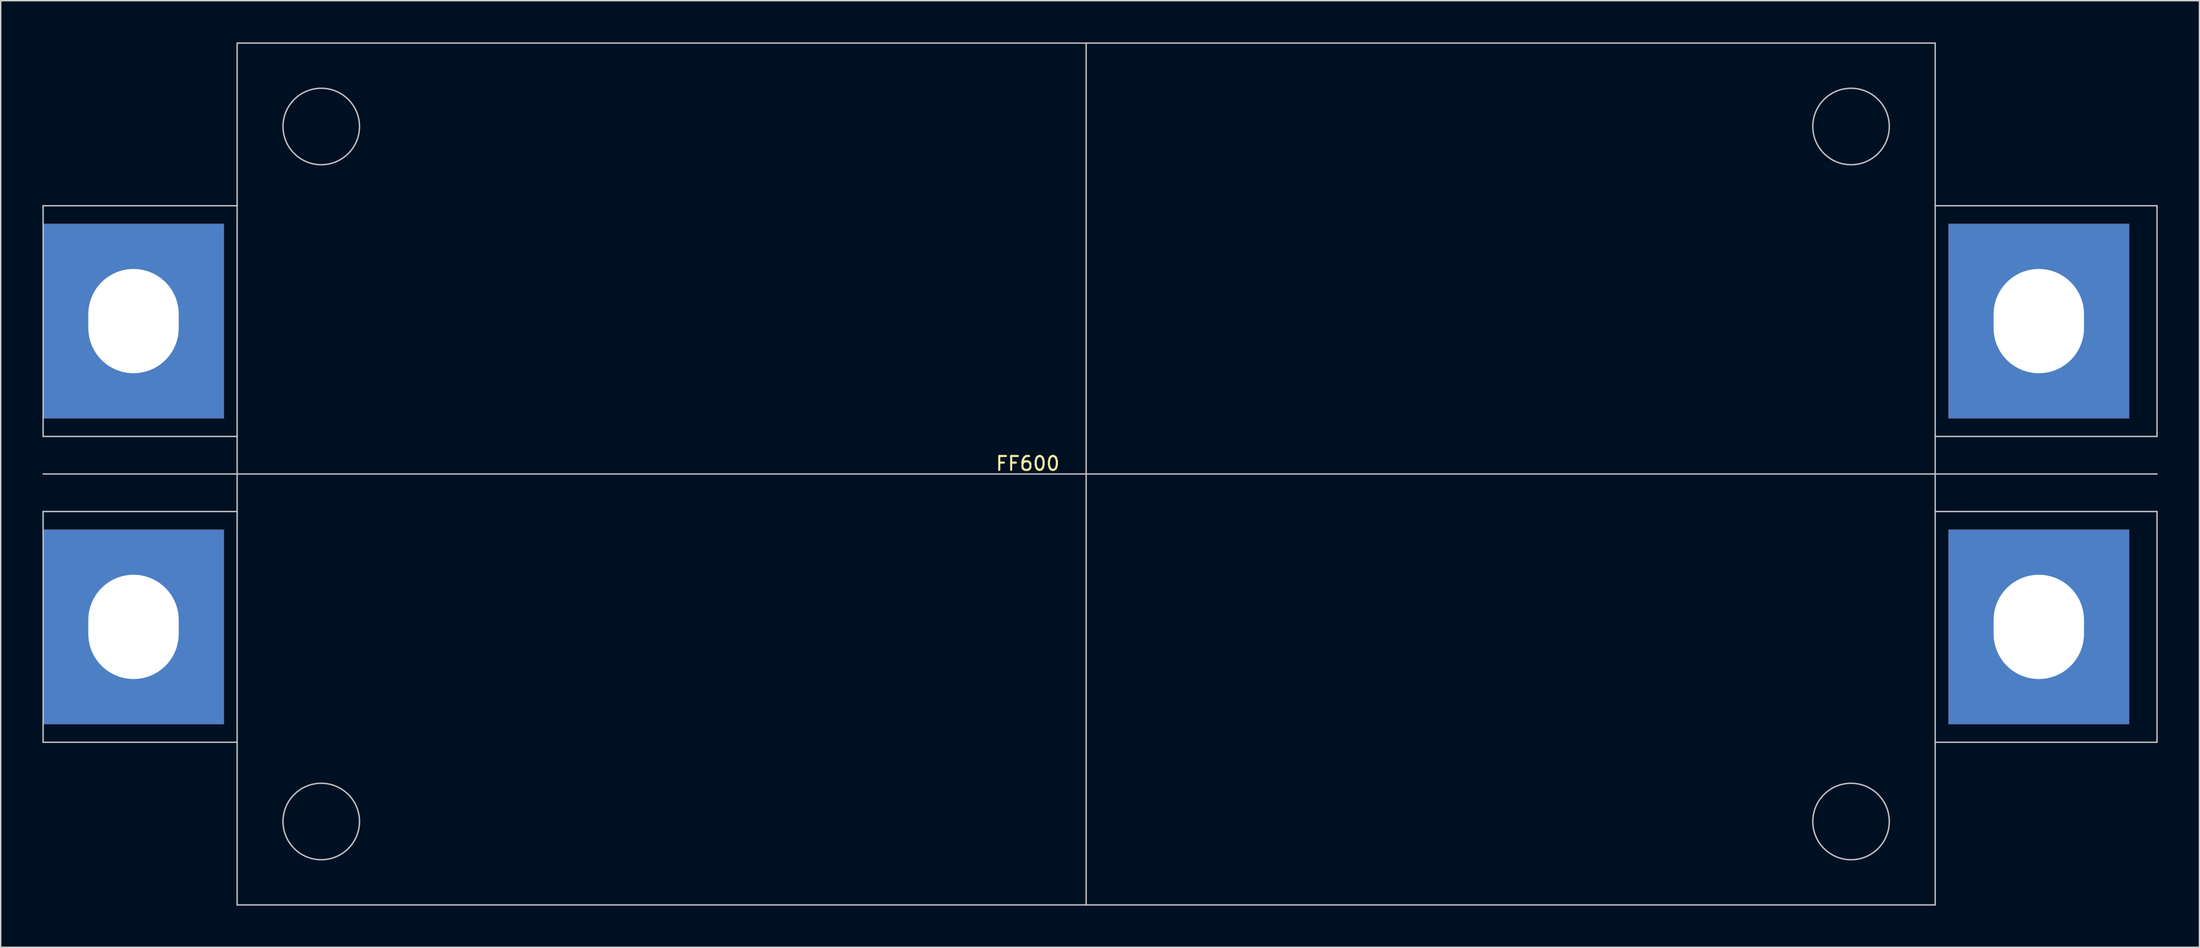
<source format=kicad_pcb>
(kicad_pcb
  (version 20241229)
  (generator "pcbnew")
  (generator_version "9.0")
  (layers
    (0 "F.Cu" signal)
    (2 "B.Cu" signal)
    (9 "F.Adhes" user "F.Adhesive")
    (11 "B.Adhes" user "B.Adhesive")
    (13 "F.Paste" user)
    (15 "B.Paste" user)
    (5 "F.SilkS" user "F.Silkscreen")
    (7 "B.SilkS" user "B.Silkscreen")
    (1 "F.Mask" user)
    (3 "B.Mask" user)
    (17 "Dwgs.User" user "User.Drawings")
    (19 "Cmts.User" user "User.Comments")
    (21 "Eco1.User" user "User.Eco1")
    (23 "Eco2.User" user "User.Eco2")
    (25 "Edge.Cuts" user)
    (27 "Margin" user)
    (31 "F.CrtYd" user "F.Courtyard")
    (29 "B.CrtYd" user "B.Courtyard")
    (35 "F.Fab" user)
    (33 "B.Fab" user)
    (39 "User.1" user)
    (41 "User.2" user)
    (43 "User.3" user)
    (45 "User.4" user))
  (footprint "FF600"
    (layer "F.Cu")
    (at 75.05 31.05)
    (property "Reference" "FF600" (at -4.2 -0.75 0) (layer "F.SilkS") (effects (font (size 1 1) (thickness 0.15))))
    (attr through_hole)
    (fp_line (start -75 -19.3) (end -75 -2.7) (stroke (width 0.1) (type solid)) (layer "Dwgs.User"))
    (fp_line (start -75 -19.3) (end -61.05 -19.3) (stroke (width 0.1) (type solid)) (layer "Dwgs.User"))
    (fp_line (start -75 -2.7) (end -61.05 -2.7) (stroke (width 0.1) (type solid)) (layer "Dwgs.User"))
    (fp_line (start -75 0) (end 77 0) (stroke (width 0.1) (type solid)) (layer "Dwgs.User"))
    (fp_line (start -75 2.7) (end -75 19.3) (stroke (width 0.1) (type solid)) (layer "Dwgs.User"))
    (fp_line (start -61.05 -31) (end -61.05 31) (stroke (width 0.1) (type solid)) (layer "Dwgs.User"))
    (fp_line (start -61.05 -31) (end 61.05 -31) (stroke (width 0.1) (type solid)) (layer "Dwgs.User"))
    (fp_line (start -61.05 2.7) (end -75 2.7) (stroke (width 0.1) (type solid)) (layer "Dwgs.User"))
    (fp_line (start -61.05 19.3) (end -75 19.3) (stroke (width 0.1) (type solid)) (layer "Dwgs.User"))
    (fp_line (start -61.05 31) (end 61.05 31) (stroke (width 0.1) (type solid)) (layer "Dwgs.User"))
    (fp_line (start 0 31) (end 0 -31) (stroke (width 0.1) (type solid)) (layer "Dwgs.User"))
    (fp_line (start 61.05 -19.3) (end 77 -19.3) (stroke (width 0.1) (type solid)) (layer "Dwgs.User"))
    (fp_line (start 61.05 -2.7) (end 77 -2.7) (stroke (width 0.1) (type solid)) (layer "Dwgs.User"))
    (fp_line (start 61.05 31) (end 61.05 -31) (stroke (width 0.1) (type solid)) (layer "Dwgs.User"))
    (fp_line (start 77 -19.3) (end 77 -2.7) (stroke (width 0.1) (type solid)) (layer "Dwgs.User"))
    (fp_line (start 77 2.7) (end 61.05 2.7) (stroke (width 0.1) (type solid)) (layer "Dwgs.User"))
    (fp_line (start 77 2.7) (end 77 19.3) (stroke (width 0.1) (type solid)) (layer "Dwgs.User"))
    (fp_line (start 77 19.3) (end 61.05 19.3) (stroke (width 0.1) (type solid)) (layer "Dwgs.User"))
    (fp_circle (center -68.5 -11) (end -65.5 -11) (stroke (width 0.1) (type solid)) (fill no) (layer "Dwgs.User"))
    (fp_circle (center -68.5 11) (end -65.5 11) (stroke (width 0.1) (type solid)) (fill no) (layer "Dwgs.User"))
    (fp_circle (center -55 -25) (end -52.25 -25) (stroke (width 0.1) (type solid)) (fill no) (layer "Dwgs.User"))
    (fp_circle (center -55 25) (end -52.25 25) (stroke (width 0.1) (type solid)) (fill no) (layer "Dwgs.User"))
    (fp_circle (center 55 -25) (end 57.75 -25) (stroke (width 0.1) (type solid)) (fill no) (layer "Dwgs.User"))
    (fp_circle (center 55 25) (end 57.75 25) (stroke (width 0.1) (type solid)) (fill no) (layer "Dwgs.User"))
    (fp_circle (center 68.5 -11) (end 71.5 -11) (stroke (width 0.1) (type solid)) (fill no) (layer "Dwgs.User"))
    (fp_circle (center 68.5 11) (end 71.5 11) (stroke (width 0.1) (type solid)) (fill no) (layer "Dwgs.User"))
    (pad "1" thru_hole rect (at -68.5 11) (size 13 14) (drill oval 6.5 7.5) (layers "*.Cu" "*.Mask"))
    (pad "2" thru_hole rect (at 68.5 -11) (size 13 14) (drill oval 6.5 7.5) (layers "*.Cu" "*.Mask"))
    (pad "2" thru_hole rect (at 68.5 11) (size 13 14) (drill oval 6.5 7.5) (layers "*.Cu" "*.Mask"))
    (pad "3" thru_hole rect (at -68.5 -11) (size 13 14) (drill oval 6.5 7.5) (layers "*.Cu" "*.Mask")))
  (gr_rect
    (start -3 -3)
    (end 155.1 65.1)
    (stroke (width 0.1) (type default))
    (fill no)
    (layer "Edge.Cuts")))
</source>
